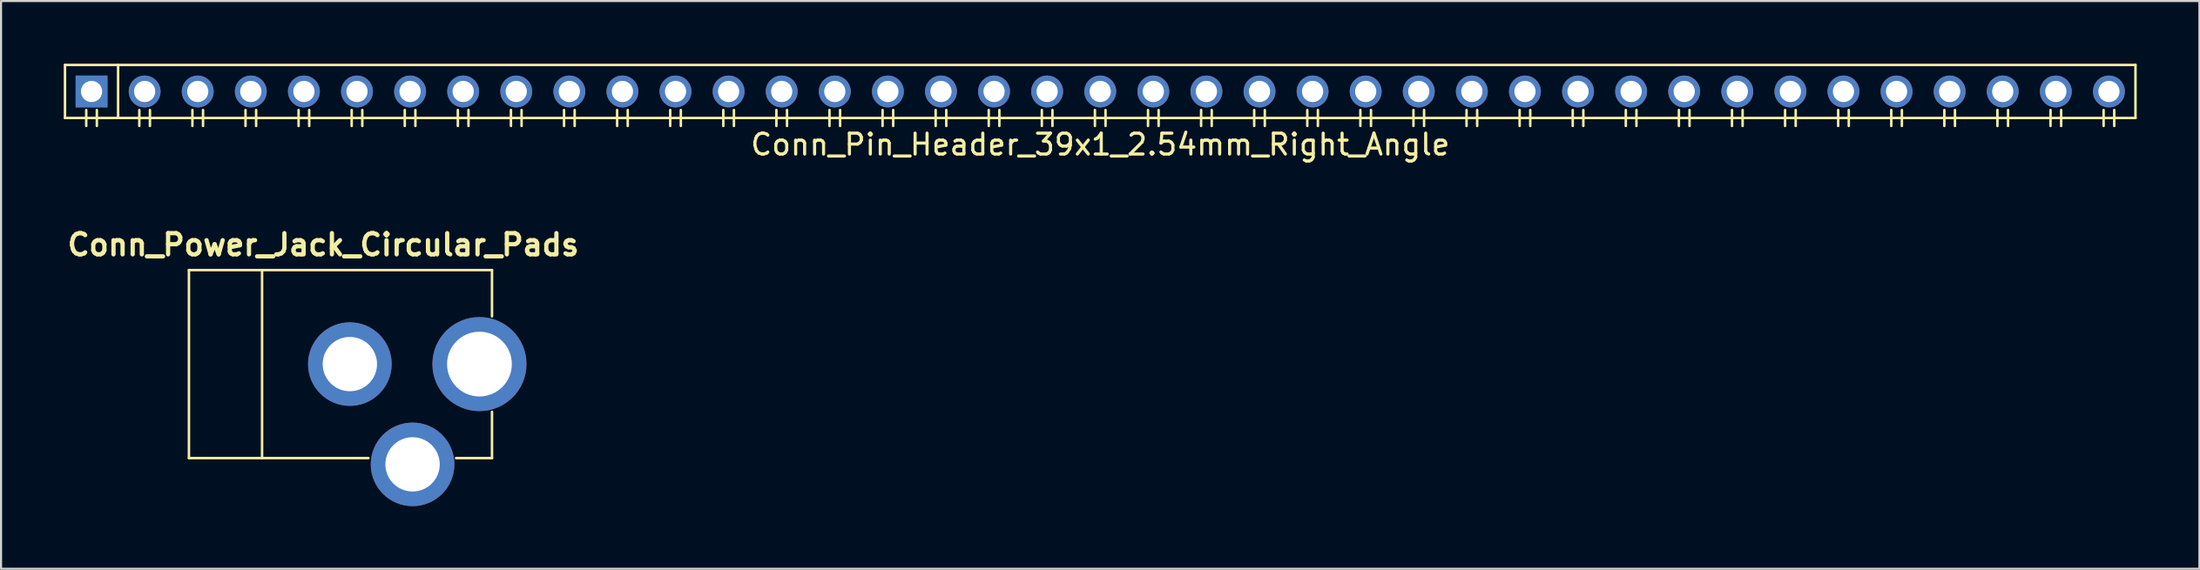
<source format=kicad_pcb>
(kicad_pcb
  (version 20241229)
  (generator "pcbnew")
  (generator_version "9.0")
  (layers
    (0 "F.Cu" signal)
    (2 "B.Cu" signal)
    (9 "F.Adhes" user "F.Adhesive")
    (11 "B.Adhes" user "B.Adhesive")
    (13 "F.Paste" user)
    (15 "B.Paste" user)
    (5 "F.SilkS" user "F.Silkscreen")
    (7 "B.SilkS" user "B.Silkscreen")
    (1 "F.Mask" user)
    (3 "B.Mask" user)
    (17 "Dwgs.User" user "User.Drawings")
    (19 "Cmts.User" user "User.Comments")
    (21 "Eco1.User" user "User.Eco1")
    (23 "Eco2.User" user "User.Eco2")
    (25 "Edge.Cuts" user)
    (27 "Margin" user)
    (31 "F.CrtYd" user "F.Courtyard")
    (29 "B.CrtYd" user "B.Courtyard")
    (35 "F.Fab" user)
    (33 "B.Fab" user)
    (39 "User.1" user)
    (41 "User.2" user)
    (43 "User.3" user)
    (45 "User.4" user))
  (footprint "Conn_Power_Jack_Circular_Pads"
    (layer "F.Cu")
    (at 13.689 14.384)
    (property "Reference" "Conn_Power_Jack_Circular_Pads" (at -1.27 -5.715 0) (layer "F.SilkS") (effects (font (size 1.016 1.016) (thickness 0.203))))
    (attr through_hole)
    (fp_line (start -7.699 -4.501) (end 6.8 -4.501) (stroke (width 0.12) (type solid)) (layer "F.SilkS"))
    (fp_line (start -7.699 4.501) (end -7.699 -4.501) (stroke (width 0.12) (type solid)) (layer "F.SilkS"))
    (fp_line (start -7.699 4.501) (end 0.889 4.501) (stroke (width 0.12) (type solid)) (layer "F.SilkS"))
    (fp_line (start -4.201 -4.501) (end -4.201 4.501) (stroke (width 0.12) (type solid)) (layer "F.SilkS"))
    (fp_line (start 5.08 4.501) (end 6.8 4.501) (stroke (width 0.12) (type solid)) (layer "F.SilkS"))
    (fp_line (start 6.8 -4.501) (end 6.8 -2.286) (stroke (width 0.12) (type solid)) (layer "F.SilkS"))
    (fp_line (start 6.8 4.501) (end 6.8 2.286) (stroke (width 0.12) (type solid)) (layer "F.SilkS"))
    (pad "1" thru_hole circle (at 6.2 0) (size 4.5 4.5) (drill 3.1) (layers "*.Cu" "*.Mask"))
    (pad "2" thru_hole circle (at 0 0) (size 4 4) (drill 2.6) (layers "*.Cu" "*.Mask"))
    (pad "3" thru_hole circle (at 3 4.801) (size 4 4) (drill 2.6) (layers "*.Cu" "*.Mask")))
  (footprint "Conn_Pin_Header_39x1_2.54mm_Right_Angle"
    (layer "F.Cu")
    (at 49.59 1.33)
    (property "Reference" "Conn_Pin_Header_39x1_2.54mm_Right_Angle" (at 0 2.54 0) (layer "F.SilkS") (effects (font (size 1 1) (thickness 0.15))))
    (attr through_hole)
    (fp_line (start -49.53 -1.27) (end 49.53 -1.27) (stroke (width 0.12) (type solid)) (layer "F.SilkS"))
    (fp_line (start -49.53 1.27) (end -49.53 -1.27) (stroke (width 0.12) (type solid)) (layer "F.SilkS"))
    (fp_line (start -48.514 0.889) (end -48.514 1.651) (stroke (width 0.12) (type solid)) (layer "F.SilkS"))
    (fp_line (start -48.006 0.889) (end -48.006 1.651) (stroke (width 0.12) (type solid)) (layer "F.SilkS"))
    (fp_line (start -46.99 -1.27) (end -46.99 1.27) (stroke (width 0.12) (type solid)) (layer "F.SilkS"))
    (fp_line (start -45.974 0.889) (end -45.974 1.651) (stroke (width 0.12) (type solid)) (layer "F.SilkS"))
    (fp_line (start -45.466 0.889) (end -45.466 1.651) (stroke (width 0.12) (type solid)) (layer "F.SilkS"))
    (fp_line (start -43.434 0.889) (end -43.434 1.651) (stroke (width 0.12) (type solid)) (layer "F.SilkS"))
    (fp_line (start -42.926 0.889) (end -42.926 1.651) (stroke (width 0.12) (type solid)) (layer "F.SilkS"))
    (fp_line (start -40.894 0.889) (end -40.894 1.651) (stroke (width 0.12) (type solid)) (layer "F.SilkS"))
    (fp_line (start -40.386 0.889) (end -40.386 1.651) (stroke (width 0.12) (type solid)) (layer "F.SilkS"))
    (fp_line (start -38.354 0.889) (end -38.354 1.651) (stroke (width 0.12) (type solid)) (layer "F.SilkS"))
    (fp_line (start -37.846 0.889) (end -37.846 1.651) (stroke (width 0.12) (type solid)) (layer "F.SilkS"))
    (fp_line (start -35.814 0.889) (end -35.814 1.651) (stroke (width 0.12) (type solid)) (layer "F.SilkS"))
    (fp_line (start -35.306 0.889) (end -35.306 1.651) (stroke (width 0.12) (type solid)) (layer "F.SilkS"))
    (fp_line (start -33.274 0.889) (end -33.274 1.651) (stroke (width 0.12) (type solid)) (layer "F.SilkS"))
    (fp_line (start -32.766 0.889) (end -32.766 1.651) (stroke (width 0.12) (type solid)) (layer "F.SilkS"))
    (fp_line (start -30.734 0.889) (end -30.734 1.651) (stroke (width 0.12) (type solid)) (layer "F.SilkS"))
    (fp_line (start -30.226 0.889) (end -30.226 1.651) (stroke (width 0.12) (type solid)) (layer "F.SilkS"))
    (fp_line (start -28.194 0.889) (end -28.194 1.651) (stroke (width 0.12) (type solid)) (layer "F.SilkS"))
    (fp_line (start -27.686 0.889) (end -27.686 1.651) (stroke (width 0.12) (type solid)) (layer "F.SilkS"))
    (fp_line (start -25.654 0.889) (end -25.654 1.651) (stroke (width 0.12) (type solid)) (layer "F.SilkS"))
    (fp_line (start -25.146 0.889) (end -25.146 1.651) (stroke (width 0.12) (type solid)) (layer "F.SilkS"))
    (fp_line (start -23.114 0.889) (end -23.114 1.651) (stroke (width 0.12) (type solid)) (layer "F.SilkS"))
    (fp_line (start -22.606 0.889) (end -22.606 1.651) (stroke (width 0.12) (type solid)) (layer "F.SilkS"))
    (fp_line (start -20.574 0.889) (end -20.574 1.651) (stroke (width 0.12) (type solid)) (layer "F.SilkS"))
    (fp_line (start -20.066 0.889) (end -20.066 1.651) (stroke (width 0.12) (type solid)) (layer "F.SilkS"))
    (fp_line (start -18.034 0.889) (end -18.034 1.651) (stroke (width 0.12) (type solid)) (layer "F.SilkS"))
    (fp_line (start -17.526 0.889) (end -17.526 1.651) (stroke (width 0.12) (type solid)) (layer "F.SilkS"))
    (fp_line (start -15.494 0.889) (end -15.494 1.651) (stroke (width 0.12) (type solid)) (layer "F.SilkS"))
    (fp_line (start -14.986 0.889) (end -14.986 1.651) (stroke (width 0.12) (type solid)) (layer "F.SilkS"))
    (fp_line (start -12.954 0.889) (end -12.954 1.651) (stroke (width 0.12) (type solid)) (layer "F.SilkS"))
    (fp_line (start -12.446 0.889) (end -12.446 1.651) (stroke (width 0.12) (type solid)) (layer "F.SilkS"))
    (fp_line (start -10.414 0.889) (end -10.414 1.651) (stroke (width 0.12) (type solid)) (layer "F.SilkS"))
    (fp_line (start -9.906 0.889) (end -9.906 1.651) (stroke (width 0.12) (type solid)) (layer "F.SilkS"))
    (fp_line (start -7.874 0.889) (end -7.874 1.651) (stroke (width 0.12) (type solid)) (layer "F.SilkS"))
    (fp_line (start -7.366 0.889) (end -7.366 1.651) (stroke (width 0.12) (type solid)) (layer "F.SilkS"))
    (fp_line (start -5.334 0.889) (end -5.334 1.651) (stroke (width 0.12) (type solid)) (layer "F.SilkS"))
    (fp_line (start -4.826 0.889) (end -4.826 1.651) (stroke (width 0.12) (type solid)) (layer "F.SilkS"))
    (fp_line (start -2.794 0.889) (end -2.794 1.651) (stroke (width 0.12) (type solid)) (layer "F.SilkS"))
    (fp_line (start -2.286 0.889) (end -2.286 1.651) (stroke (width 0.12) (type solid)) (layer "F.SilkS"))
    (fp_line (start -0.254 0.889) (end -0.254 1.651) (stroke (width 0.12) (type solid)) (layer "F.SilkS"))
    (fp_line (start 0.254 0.889) (end 0.254 1.651) (stroke (width 0.12) (type solid)) (layer "F.SilkS"))
    (fp_line (start 2.286 0.889) (end 2.286 1.651) (stroke (width 0.12) (type solid)) (layer "F.SilkS"))
    (fp_line (start 2.794 0.889) (end 2.794 1.651) (stroke (width 0.12) (type solid)) (layer "F.SilkS"))
    (fp_line (start 4.826 0.889) (end 4.826 1.651) (stroke (width 0.12) (type solid)) (layer "F.SilkS"))
    (fp_line (start 5.334 0.889) (end 5.334 1.651) (stroke (width 0.12) (type solid)) (layer "F.SilkS"))
    (fp_line (start 7.366 0.889) (end 7.366 1.651) (stroke (width 0.12) (type solid)) (layer "F.SilkS"))
    (fp_line (start 7.874 0.889) (end 7.874 1.651) (stroke (width 0.12) (type solid)) (layer "F.SilkS"))
    (fp_line (start 9.906 0.889) (end 9.906 1.651) (stroke (width 0.12) (type solid)) (layer "F.SilkS"))
    (fp_line (start 10.414 0.889) (end 10.414 1.651) (stroke (width 0.12) (type solid)) (layer "F.SilkS"))
    (fp_line (start 12.446 0.889) (end 12.446 1.651) (stroke (width 0.12) (type solid)) (layer "F.SilkS"))
    (fp_line (start 12.954 0.889) (end 12.954 1.651) (stroke (width 0.12) (type solid)) (layer "F.SilkS"))
    (fp_line (start 14.986 0.889) (end 14.986 1.651) (stroke (width 0.12) (type solid)) (layer "F.SilkS"))
    (fp_line (start 15.494 0.889) (end 15.494 1.651) (stroke (width 0.12) (type solid)) (layer "F.SilkS"))
    (fp_line (start 17.526 0.889) (end 17.526 1.651) (stroke (width 0.12) (type solid)) (layer "F.SilkS"))
    (fp_line (start 18.034 0.889) (end 18.034 1.651) (stroke (width 0.12) (type solid)) (layer "F.SilkS"))
    (fp_line (start 20.066 0.889) (end 20.066 1.651) (stroke (width 0.12) (type solid)) (layer "F.SilkS"))
    (fp_line (start 20.574 0.889) (end 20.574 1.651) (stroke (width 0.12) (type solid)) (layer "F.SilkS"))
    (fp_line (start 22.606 0.889) (end 22.606 1.651) (stroke (width 0.12) (type solid)) (layer "F.SilkS"))
    (fp_line (start 23.114 0.889) (end 23.114 1.651) (stroke (width 0.12) (type solid)) (layer "F.SilkS"))
    (fp_line (start 25.146 0.889) (end 25.146 1.651) (stroke (width 0.12) (type solid)) (layer "F.SilkS"))
    (fp_line (start 25.654 0.889) (end 25.654 1.651) (stroke (width 0.12) (type solid)) (layer "F.SilkS"))
    (fp_line (start 27.686 0.889) (end 27.686 1.651) (stroke (width 0.12) (type solid)) (layer "F.SilkS"))
    (fp_line (start 28.194 0.889) (end 28.194 1.651) (stroke (width 0.12) (type solid)) (layer "F.SilkS"))
    (fp_line (start 30.226 0.889) (end 30.226 1.651) (stroke (width 0.12) (type solid)) (layer "F.SilkS"))
    (fp_line (start 30.734 0.889) (end 30.734 1.651) (stroke (width 0.12) (type solid)) (layer "F.SilkS"))
    (fp_line (start 32.766 0.889) (end 32.766 1.651) (stroke (width 0.12) (type solid)) (layer "F.SilkS"))
    (fp_line (start 33.274 0.889) (end 33.274 1.651) (stroke (width 0.12) (type solid)) (layer "F.SilkS"))
    (fp_line (start 35.306 0.889) (end 35.306 1.651) (stroke (width 0.12) (type solid)) (layer "F.SilkS"))
    (fp_line (start 35.814 0.889) (end 35.814 1.651) (stroke (width 0.12) (type solid)) (layer "F.SilkS"))
    (fp_line (start 37.846 0.889) (end 37.846 1.651) (stroke (width 0.12) (type solid)) (layer "F.SilkS"))
    (fp_line (start 38.354 0.889) (end 38.354 1.651) (stroke (width 0.12) (type solid)) (layer "F.SilkS"))
    (fp_line (start 40.386 0.889) (end 40.386 1.651) (stroke (width 0.12) (type solid)) (layer "F.SilkS"))
    (fp_line (start 40.894 0.889) (end 40.894 1.651) (stroke (width 0.12) (type solid)) (layer "F.SilkS"))
    (fp_line (start 42.926 0.889) (end 42.926 1.651) (stroke (width 0.12) (type solid)) (layer "F.SilkS"))
    (fp_line (start 43.434 0.889) (end 43.434 1.651) (stroke (width 0.12) (type solid)) (layer "F.SilkS"))
    (fp_line (start 45.466 0.889) (end 45.466 1.651) (stroke (width 0.12) (type solid)) (layer "F.SilkS"))
    (fp_line (start 45.974 0.889) (end 45.974 1.651) (stroke (width 0.12) (type solid)) (layer "F.SilkS"))
    (fp_line (start 48.006 0.889) (end 48.006 1.651) (stroke (width 0.12) (type solid)) (layer "F.SilkS"))
    (fp_line (start 48.514 0.889) (end 48.514 1.651) (stroke (width 0.12) (type solid)) (layer "F.SilkS"))
    (fp_line (start 49.53 -1.27) (end 49.53 1.27) (stroke (width 0.12) (type solid)) (layer "F.SilkS"))
    (fp_line (start 49.53 1.27) (end -49.53 1.27) (stroke (width 0.12) (type solid)) (layer "F.SilkS"))
    (pad "1" thru_hole rect (at -48.26 0) (size 1.524 1.524) (drill 1.016) (layers "*.Cu" "*.Mask"))
    (pad "2" thru_hole circle (at -45.72 0) (size 1.524 1.524) (drill 1.016) (layers "*.Cu" "*.Mask"))
    (pad "3" thru_hole circle (at -43.18 0) (size 1.524 1.524) (drill 1.016) (layers "*.Cu" "*.Mask"))
    (pad "4" thru_hole circle (at -40.64 0) (size 1.524 1.524) (drill 1.016) (layers "*.Cu" "*.Mask"))
    (pad "5" thru_hole circle (at -38.1 0) (size 1.524 1.524) (drill 1.016) (layers "*.Cu" "*.Mask"))
    (pad "6" thru_hole circle (at -35.56 0) (size 1.524 1.524) (drill 1.016) (layers "*.Cu" "*.Mask"))
    (pad "7" thru_hole circle (at -33.02 0) (size 1.524 1.524) (drill 1.016) (layers "*.Cu" "*.Mask"))
    (pad "8" thru_hole circle (at -30.48 0) (size 1.524 1.524) (drill 1.016) (layers "*.Cu" "*.Mask"))
    (pad "9" thru_hole circle (at -27.94 0) (size 1.524 1.524) (drill 1.016) (layers "*.Cu" "*.Mask"))
    (pad "10" thru_hole circle (at -25.4 0) (size 1.524 1.524) (drill 1.016) (layers "*.Cu" "*.Mask"))
    (pad "11" thru_hole circle (at -22.86 0) (size 1.524 1.524) (drill 1.016) (layers "*.Cu" "*.Mask"))
    (pad "12" thru_hole circle (at -20.32 0) (size 1.524 1.524) (drill 1.016) (layers "*.Cu" "*.Mask"))
    (pad "13" thru_hole circle (at -17.78 0) (size 1.524 1.524) (drill 1.016) (layers "*.Cu" "*.Mask"))
    (pad "14" thru_hole circle (at -15.24 0) (size 1.524 1.524) (drill 1.016) (layers "*.Cu" "*.Mask"))
    (pad "15" thru_hole circle (at -12.7 0) (size 1.524 1.524) (drill 1.016) (layers "*.Cu" "*.Mask"))
    (pad "16" thru_hole circle (at -10.16 0) (size 1.524 1.524) (drill 1.016) (layers "*.Cu" "*.Mask"))
    (pad "17" thru_hole circle (at -7.62 0) (size 1.524 1.524) (drill 1.016) (layers "*.Cu" "*.Mask"))
    (pad "18" thru_hole circle (at -5.08 0) (size 1.524 1.524) (drill 1.016) (layers "*.Cu" "*.Mask"))
    (pad "19" thru_hole circle (at -2.54 0) (size 1.524 1.524) (drill 1.016) (layers "*.Cu" "*.Mask"))
    (pad "20" thru_hole circle (at 0 0) (size 1.524 1.524) (drill 1.016) (layers "*.Cu" "*.Mask"))
    (pad "21" thru_hole circle (at 2.54 0) (size 1.524 1.524) (drill 1.016) (layers "*.Cu" "*.Mask"))
    (pad "22" thru_hole circle (at 5.08 0) (size 1.524 1.524) (drill 1.016) (layers "*.Cu" "*.Mask"))
    (pad "23" thru_hole circle (at 7.62 0) (size 1.524 1.524) (drill 1.016) (layers "*.Cu" "*.Mask"))
    (pad "24" thru_hole circle (at 10.16 0) (size 1.524 1.524) (drill 1.016) (layers "*.Cu" "*.Mask"))
    (pad "25" thru_hole circle (at 12.7 0) (size 1.524 1.524) (drill 1.016) (layers "*.Cu" "*.Mask"))
    (pad "26" thru_hole circle (at 15.24 0) (size 1.524 1.524) (drill 1.016) (layers "*.Cu" "*.Mask"))
    (pad "27" thru_hole circle (at 17.78 0) (size 1.524 1.524) (drill 1.016) (layers "*.Cu" "*.Mask"))
    (pad "28" thru_hole circle (at 20.32 0) (size 1.524 1.524) (drill 1.016) (layers "*.Cu" "*.Mask"))
    (pad "29" thru_hole circle (at 22.86 0) (size 1.524 1.524) (drill 1.016) (layers "*.Cu" "*.Mask"))
    (pad "30" thru_hole circle (at 25.4 0) (size 1.524 1.524) (drill 1.016) (layers "*.Cu" "*.Mask"))
    (pad "31" thru_hole circle (at 27.94 0) (size 1.524 1.524) (drill 1.016) (layers "*.Cu" "*.Mask"))
    (pad "32" thru_hole circle (at 30.48 0) (size 1.524 1.524) (drill 1.016) (layers "*.Cu" "*.Mask"))
    (pad "33" thru_hole circle (at 33.02 0) (size 1.524 1.524) (drill 1.016) (layers "*.Cu" "*.Mask"))
    (pad "34" thru_hole circle (at 35.56 0) (size 1.524 1.524) (drill 1.016) (layers "*.Cu" "*.Mask"))
    (pad "35" thru_hole circle (at 38.1 0) (size 1.524 1.524) (drill 1.016) (layers "*.Cu" "*.Mask"))
    (pad "36" thru_hole circle (at 40.64 0) (size 1.524 1.524) (drill 1.016) (layers "*.Cu" "*.Mask"))
    (pad "37" thru_hole circle (at 43.18 0) (size 1.524 1.524) (drill 1.016) (layers "*.Cu" "*.Mask"))
    (pad "38" thru_hole circle (at 45.72 0) (size 1.524 1.524) (drill 1.016) (layers "*.Cu" "*.Mask"))
    (pad "39" thru_hole circle (at 48.26 0) (size 1.524 1.524) (drill 1.016) (layers "*.Cu" "*.Mask")))
  (gr_rect
    (start -3 -3)
    (end 102.18 24.185)
    (stroke (width 0.1) (type default))
    (fill no)
    (layer "Edge.Cuts")))
</source>
